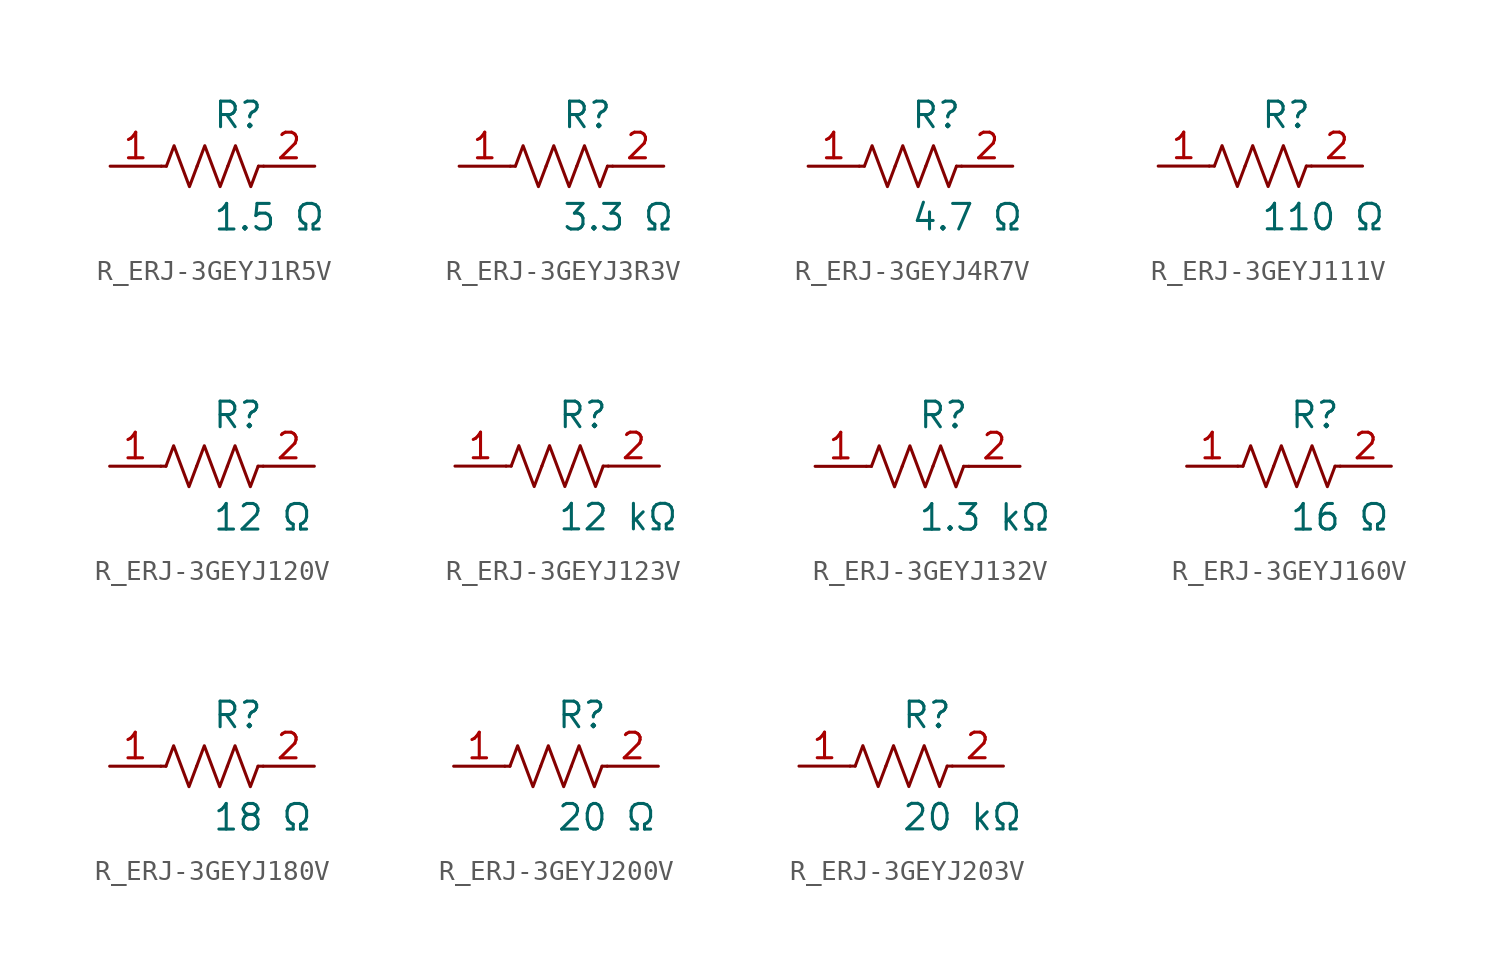
<source format=kicad_sym>
(kicad_symbol_lib
  (version 20231120)
  (generator kicad_symbol_editor)
  (generator_version 8.0)
  (symbol "R_ERJ-3GEYJ1R5V"
    (pin_names
      (offset 0.254))
    (property "Reference" "R"
      (at 0.0 2.54 0)
      (effects (font (size 1.27 1.27)) (justify left)))
    (property "Value" "1.5 Ω"
      (at 0.0 -2.54 0)
      (effects (font (size 1.27 1.27)) (justify left)))
    (symbol "R_ERJ-3GEYJ1R5V_0_1"
      (polyline (pts (xy 2.286 0) (xy 2.54 0)) (stroke (width 0) (type default)) (fill (type none)))
      (polyline (pts (xy -2.286 0) (xy -2.54 0)) (stroke (width 0) (type default)) (fill (type none)))
      (polyline (pts (xy 0.762 0) (xy 1.143 1.016) (xy 1.524 0) (xy 1.905 -1.016) (xy 2.286 0)) (stroke (width 0) (type default)) (fill (type none)))
      (polyline (pts (xy -0.762 0) (xy -0.381 1.016) (xy 0 0) (xy 0.381 -1.016) (xy 0.762 0)) (stroke (width 0) (type default)) (fill (type none)))
      (polyline (pts (xy -2.286 0) (xy -1.905 1.016) (xy -1.524 0) (xy -1.143 -1.016) (xy -0.762 0)) (stroke (width 0) (type default)) (fill (type none))))
    (pin unspecified line
      (at -5.08 0 0)
      (length 2.54)
      (name "" (effects (font (size 1.27 1.27))))
      (number "1" (effects (font (size 1.27 1.27)))))
    (pin unspecified line
      (at 5.08 0 180)
      (length 2.54)
      (name "" (effects (font (size 1.27 1.27))))
      (number "2" (effects (font (size 1.27 1.27))))))
  (symbol "R_ERJ-3GEYJ3R3V"
    (pin_names
      (offset 0.254))
    (property "Reference" "R"
      (at 0.0 2.54 0)
      (effects (font (size 1.27 1.27)) (justify left)))
    (property "Value" "3.3 Ω"
      (at 0.0 -2.54 0)
      (effects (font (size 1.27 1.27)) (justify left)))
    (symbol "R_ERJ-3GEYJ3R3V_0_1"
      (polyline (pts (xy 2.286 0) (xy 2.54 0)) (stroke (width 0) (type default)) (fill (type none)))
      (polyline (pts (xy -2.286 0) (xy -2.54 0)) (stroke (width 0) (type default)) (fill (type none)))
      (polyline (pts (xy 0.762 0) (xy 1.143 1.016) (xy 1.524 0) (xy 1.905 -1.016) (xy 2.286 0)) (stroke (width 0) (type default)) (fill (type none)))
      (polyline (pts (xy -0.762 0) (xy -0.381 1.016) (xy 0 0) (xy 0.381 -1.016) (xy 0.762 0)) (stroke (width 0) (type default)) (fill (type none)))
      (polyline (pts (xy -2.286 0) (xy -1.905 1.016) (xy -1.524 0) (xy -1.143 -1.016) (xy -0.762 0)) (stroke (width 0) (type default)) (fill (type none))))
    (pin unspecified line
      (at -5.08 0 0)
      (length 2.54)
      (name "" (effects (font (size 1.27 1.27))))
      (number "1" (effects (font (size 1.27 1.27)))))
    (pin unspecified line
      (at 5.08 0 180)
      (length 2.54)
      (name "" (effects (font (size 1.27 1.27))))
      (number "2" (effects (font (size 1.27 1.27))))))
  (symbol "R_ERJ-3GEYJ4R7V"
    (pin_names
      (offset 0.254))
    (property "Reference" "R"
      (at 0.0 2.54 0)
      (effects (font (size 1.27 1.27)) (justify left)))
    (property "Value" "4.7 Ω"
      (at 0.0 -2.54 0)
      (effects (font (size 1.27 1.27)) (justify left)))
    (symbol "R_ERJ-3GEYJ4R7V_0_1"
      (polyline (pts (xy 2.286 0) (xy 2.54 0)) (stroke (width 0) (type default)) (fill (type none)))
      (polyline (pts (xy -2.286 0) (xy -2.54 0)) (stroke (width 0) (type default)) (fill (type none)))
      (polyline (pts (xy 0.762 0) (xy 1.143 1.016) (xy 1.524 0) (xy 1.905 -1.016) (xy 2.286 0)) (stroke (width 0) (type default)) (fill (type none)))
      (polyline (pts (xy -0.762 0) (xy -0.381 1.016) (xy 0 0) (xy 0.381 -1.016) (xy 0.762 0)) (stroke (width 0) (type default)) (fill (type none)))
      (polyline (pts (xy -2.286 0) (xy -1.905 1.016) (xy -1.524 0) (xy -1.143 -1.016) (xy -0.762 0)) (stroke (width 0) (type default)) (fill (type none))))
    (pin unspecified line
      (at -5.08 0 0)
      (length 2.54)
      (name "" (effects (font (size 1.27 1.27))))
      (number "1" (effects (font (size 1.27 1.27)))))
    (pin unspecified line
      (at 5.08 0 180)
      (length 2.54)
      (name "" (effects (font (size 1.27 1.27))))
      (number "2" (effects (font (size 1.27 1.27))))))
  (symbol "R_ERJ-3GEYJ111V"
    (pin_names
      (offset 0.254))
    (property "Reference" "R"
      (at 0.0 2.54 0)
      (effects (font (size 1.27 1.27)) (justify left)))
    (property "Value" "110 Ω"
      (at 0.0 -2.54 0)
      (effects (font (size 1.27 1.27)) (justify left)))
    (symbol "R_ERJ-3GEYJ111V_0_1"
      (polyline (pts (xy 2.286 0) (xy 2.54 0)) (stroke (width 0) (type default)) (fill (type none)))
      (polyline (pts (xy -2.286 0) (xy -2.54 0)) (stroke (width 0) (type default)) (fill (type none)))
      (polyline (pts (xy 0.762 0) (xy 1.143 1.016) (xy 1.524 0) (xy 1.905 -1.016) (xy 2.286 0)) (stroke (width 0) (type default)) (fill (type none)))
      (polyline (pts (xy -0.762 0) (xy -0.381 1.016) (xy 0 0) (xy 0.381 -1.016) (xy 0.762 0)) (stroke (width 0) (type default)) (fill (type none)))
      (polyline (pts (xy -2.286 0) (xy -1.905 1.016) (xy -1.524 0) (xy -1.143 -1.016) (xy -0.762 0)) (stroke (width 0) (type default)) (fill (type none))))
    (pin unspecified line
      (at -5.08 0 0)
      (length 2.54)
      (name "" (effects (font (size 1.27 1.27))))
      (number "1" (effects (font (size 1.27 1.27)))))
    (pin unspecified line
      (at 5.08 0 180)
      (length 2.54)
      (name "" (effects (font (size 1.27 1.27))))
      (number "2" (effects (font (size 1.27 1.27))))))
  (symbol "R_ERJ-3GEYJ120V"
    (pin_names
      (offset 0.254))
    (property "Reference" "R"
      (at 0.0 2.54 0)
      (effects (font (size 1.27 1.27)) (justify left)))
    (property "Value" "12 Ω"
      (at 0.0 -2.54 0)
      (effects (font (size 1.27 1.27)) (justify left)))
    (symbol "R_ERJ-3GEYJ120V_0_1"
      (polyline (pts (xy 2.286 0) (xy 2.54 0)) (stroke (width 0) (type default)) (fill (type none)))
      (polyline (pts (xy -2.286 0) (xy -2.54 0)) (stroke (width 0) (type default)) (fill (type none)))
      (polyline (pts (xy 0.762 0) (xy 1.143 1.016) (xy 1.524 0) (xy 1.905 -1.016) (xy 2.286 0)) (stroke (width 0) (type default)) (fill (type none)))
      (polyline (pts (xy -0.762 0) (xy -0.381 1.016) (xy 0 0) (xy 0.381 -1.016) (xy 0.762 0)) (stroke (width 0) (type default)) (fill (type none)))
      (polyline (pts (xy -2.286 0) (xy -1.905 1.016) (xy -1.524 0) (xy -1.143 -1.016) (xy -0.762 0)) (stroke (width 0) (type default)) (fill (type none))))
    (pin unspecified line
      (at -5.08 0 0)
      (length 2.54)
      (name "" (effects (font (size 1.27 1.27))))
      (number "1" (effects (font (size 1.27 1.27)))))
    (pin unspecified line
      (at 5.08 0 180)
      (length 2.54)
      (name "" (effects (font (size 1.27 1.27))))
      (number "2" (effects (font (size 1.27 1.27))))))
  (symbol "R_ERJ-3GEYJ123V"
    (pin_names
      (offset 0.254))
    (property "Reference" "R"
      (at 0.0 2.54 0)
      (effects (font (size 1.27 1.27)) (justify left)))
    (property "Value" "12 kΩ"
      (at 0.0 -2.54 0)
      (effects (font (size 1.27 1.27)) (justify left)))
    (symbol "R_ERJ-3GEYJ123V_0_1"
      (polyline (pts (xy 2.286 0) (xy 2.54 0)) (stroke (width 0) (type default)) (fill (type none)))
      (polyline (pts (xy -2.286 0) (xy -2.54 0)) (stroke (width 0) (type default)) (fill (type none)))
      (polyline (pts (xy 0.762 0) (xy 1.143 1.016) (xy 1.524 0) (xy 1.905 -1.016) (xy 2.286 0)) (stroke (width 0) (type default)) (fill (type none)))
      (polyline (pts (xy -0.762 0) (xy -0.381 1.016) (xy 0 0) (xy 0.381 -1.016) (xy 0.762 0)) (stroke (width 0) (type default)) (fill (type none)))
      (polyline (pts (xy -2.286 0) (xy -1.905 1.016) (xy -1.524 0) (xy -1.143 -1.016) (xy -0.762 0)) (stroke (width 0) (type default)) (fill (type none))))
    (pin unspecified line
      (at -5.08 0 0)
      (length 2.54)
      (name "" (effects (font (size 1.27 1.27))))
      (number "1" (effects (font (size 1.27 1.27)))))
    (pin unspecified line
      (at 5.08 0 180)
      (length 2.54)
      (name "" (effects (font (size 1.27 1.27))))
      (number "2" (effects (font (size 1.27 1.27))))))
  (symbol "R_ERJ-3GEYJ132V"
    (pin_names
      (offset 0.254))
    (property "Reference" "R"
      (at 0.0 2.54 0)
      (effects (font (size 1.27 1.27)) (justify left)))
    (property "Value" "1.3 kΩ"
      (at 0.0 -2.54 0)
      (effects (font (size 1.27 1.27)) (justify left)))
    (symbol "R_ERJ-3GEYJ132V_0_1"
      (polyline (pts (xy 2.286 0) (xy 2.54 0)) (stroke (width 0) (type default)) (fill (type none)))
      (polyline (pts (xy -2.286 0) (xy -2.54 0)) (stroke (width 0) (type default)) (fill (type none)))
      (polyline (pts (xy 0.762 0) (xy 1.143 1.016) (xy 1.524 0) (xy 1.905 -1.016) (xy 2.286 0)) (stroke (width 0) (type default)) (fill (type none)))
      (polyline (pts (xy -0.762 0) (xy -0.381 1.016) (xy 0 0) (xy 0.381 -1.016) (xy 0.762 0)) (stroke (width 0) (type default)) (fill (type none)))
      (polyline (pts (xy -2.286 0) (xy -1.905 1.016) (xy -1.524 0) (xy -1.143 -1.016) (xy -0.762 0)) (stroke (width 0) (type default)) (fill (type none))))
    (pin unspecified line
      (at -5.08 0 0)
      (length 2.54)
      (name "" (effects (font (size 1.27 1.27))))
      (number "1" (effects (font (size 1.27 1.27)))))
    (pin unspecified line
      (at 5.08 0 180)
      (length 2.54)
      (name "" (effects (font (size 1.27 1.27))))
      (number "2" (effects (font (size 1.27 1.27))))))
  (symbol "R_ERJ-3GEYJ160V"
    (pin_names
      (offset 0.254))
    (property "Reference" "R"
      (at 0.0 2.54 0)
      (effects (font (size 1.27 1.27)) (justify left)))
    (property "Value" "16 Ω"
      (at 0.0 -2.54 0)
      (effects (font (size 1.27 1.27)) (justify left)))
    (symbol "R_ERJ-3GEYJ160V_0_1"
      (polyline (pts (xy 2.286 0) (xy 2.54 0)) (stroke (width 0) (type default)) (fill (type none)))
      (polyline (pts (xy -2.286 0) (xy -2.54 0)) (stroke (width 0) (type default)) (fill (type none)))
      (polyline (pts (xy 0.762 0) (xy 1.143 1.016) (xy 1.524 0) (xy 1.905 -1.016) (xy 2.286 0)) (stroke (width 0) (type default)) (fill (type none)))
      (polyline (pts (xy -0.762 0) (xy -0.381 1.016) (xy 0 0) (xy 0.381 -1.016) (xy 0.762 0)) (stroke (width 0) (type default)) (fill (type none)))
      (polyline (pts (xy -2.286 0) (xy -1.905 1.016) (xy -1.524 0) (xy -1.143 -1.016) (xy -0.762 0)) (stroke (width 0) (type default)) (fill (type none))))
    (pin unspecified line
      (at -5.08 0 0)
      (length 2.54)
      (name "" (effects (font (size 1.27 1.27))))
      (number "1" (effects (font (size 1.27 1.27)))))
    (pin unspecified line
      (at 5.08 0 180)
      (length 2.54)
      (name "" (effects (font (size 1.27 1.27))))
      (number "2" (effects (font (size 1.27 1.27))))))
  (symbol "R_ERJ-3GEYJ180V"
    (pin_names
      (offset 0.254))
    (property "Reference" "R"
      (at 0.0 2.54 0)
      (effects (font (size 1.27 1.27)) (justify left)))
    (property "Value" "18 Ω"
      (at 0.0 -2.54 0)
      (effects (font (size 1.27 1.27)) (justify left)))
    (symbol "R_ERJ-3GEYJ180V_0_1"
      (polyline (pts (xy 2.286 0) (xy 2.54 0)) (stroke (width 0) (type default)) (fill (type none)))
      (polyline (pts (xy -2.286 0) (xy -2.54 0)) (stroke (width 0) (type default)) (fill (type none)))
      (polyline (pts (xy 0.762 0) (xy 1.143 1.016) (xy 1.524 0) (xy 1.905 -1.016) (xy 2.286 0)) (stroke (width 0) (type default)) (fill (type none)))
      (polyline (pts (xy -0.762 0) (xy -0.381 1.016) (xy 0 0) (xy 0.381 -1.016) (xy 0.762 0)) (stroke (width 0) (type default)) (fill (type none)))
      (polyline (pts (xy -2.286 0) (xy -1.905 1.016) (xy -1.524 0) (xy -1.143 -1.016) (xy -0.762 0)) (stroke (width 0) (type default)) (fill (type none))))
    (pin unspecified line
      (at -5.08 0 0)
      (length 2.54)
      (name "" (effects (font (size 1.27 1.27))))
      (number "1" (effects (font (size 1.27 1.27)))))
    (pin unspecified line
      (at 5.08 0 180)
      (length 2.54)
      (name "" (effects (font (size 1.27 1.27))))
      (number "2" (effects (font (size 1.27 1.27))))))
  (symbol "R_ERJ-3GEYJ200V"
    (pin_names
      (offset 0.254))
    (property "Reference" "R"
      (at 0.0 2.54 0)
      (effects (font (size 1.27 1.27)) (justify left)))
    (property "Value" "20 Ω"
      (at 0.0 -2.54 0)
      (effects (font (size 1.27 1.27)) (justify left)))
    (symbol "R_ERJ-3GEYJ200V_0_1"
      (polyline (pts (xy 2.286 0) (xy 2.54 0)) (stroke (width 0) (type default)) (fill (type none)))
      (polyline (pts (xy -2.286 0) (xy -2.54 0)) (stroke (width 0) (type default)) (fill (type none)))
      (polyline (pts (xy 0.762 0) (xy 1.143 1.016) (xy 1.524 0) (xy 1.905 -1.016) (xy 2.286 0)) (stroke (width 0) (type default)) (fill (type none)))
      (polyline (pts (xy -0.762 0) (xy -0.381 1.016) (xy 0 0) (xy 0.381 -1.016) (xy 0.762 0)) (stroke (width 0) (type default)) (fill (type none)))
      (polyline (pts (xy -2.286 0) (xy -1.905 1.016) (xy -1.524 0) (xy -1.143 -1.016) (xy -0.762 0)) (stroke (width 0) (type default)) (fill (type none))))
    (pin unspecified line
      (at -5.08 0 0)
      (length 2.54)
      (name "" (effects (font (size 1.27 1.27))))
      (number "1" (effects (font (size 1.27 1.27)))))
    (pin unspecified line
      (at 5.08 0 180)
      (length 2.54)
      (name "" (effects (font (size 1.27 1.27))))
      (number "2" (effects (font (size 1.27 1.27))))))
  (symbol "R_ERJ-3GEYJ203V"
    (pin_names
      (offset 0.254))
    (property "Reference" "R"
      (at 0.0 2.54 0)
      (effects (font (size 1.27 1.27)) (justify left)))
    (property "Value" "20 kΩ"
      (at 0.0 -2.54 0)
      (effects (font (size 1.27 1.27)) (justify left)))
    (symbol "R_ERJ-3GEYJ203V_0_1"
      (polyline (pts (xy 2.286 0) (xy 2.54 0)) (stroke (width 0) (type default)) (fill (type none)))
      (polyline (pts (xy -2.286 0) (xy -2.54 0)) (stroke (width 0) (type default)) (fill (type none)))
      (polyline (pts (xy 0.762 0) (xy 1.143 1.016) (xy 1.524 0) (xy 1.905 -1.016) (xy 2.286 0)) (stroke (width 0) (type default)) (fill (type none)))
      (polyline (pts (xy -0.762 0) (xy -0.381 1.016) (xy 0 0) (xy 0.381 -1.016) (xy 0.762 0)) (stroke (width 0) (type default)) (fill (type none)))
      (polyline (pts (xy -2.286 0) (xy -1.905 1.016) (xy -1.524 0) (xy -1.143 -1.016) (xy -0.762 0)) (stroke (width 0) (type default)) (fill (type none))))
    (pin unspecified line
      (at -5.08 0 0)
      (length 2.54)
      (name "" (effects (font (size 1.27 1.27))))
      (number "1" (effects (font (size 1.27 1.27)))))
    (pin unspecified line
      (at 5.08 0 180)
      (length 2.54)
      (name "" (effects (font (size 1.27 1.27))))
      (number "2" (effects (font (size 1.27 1.27)))))))
</source>
